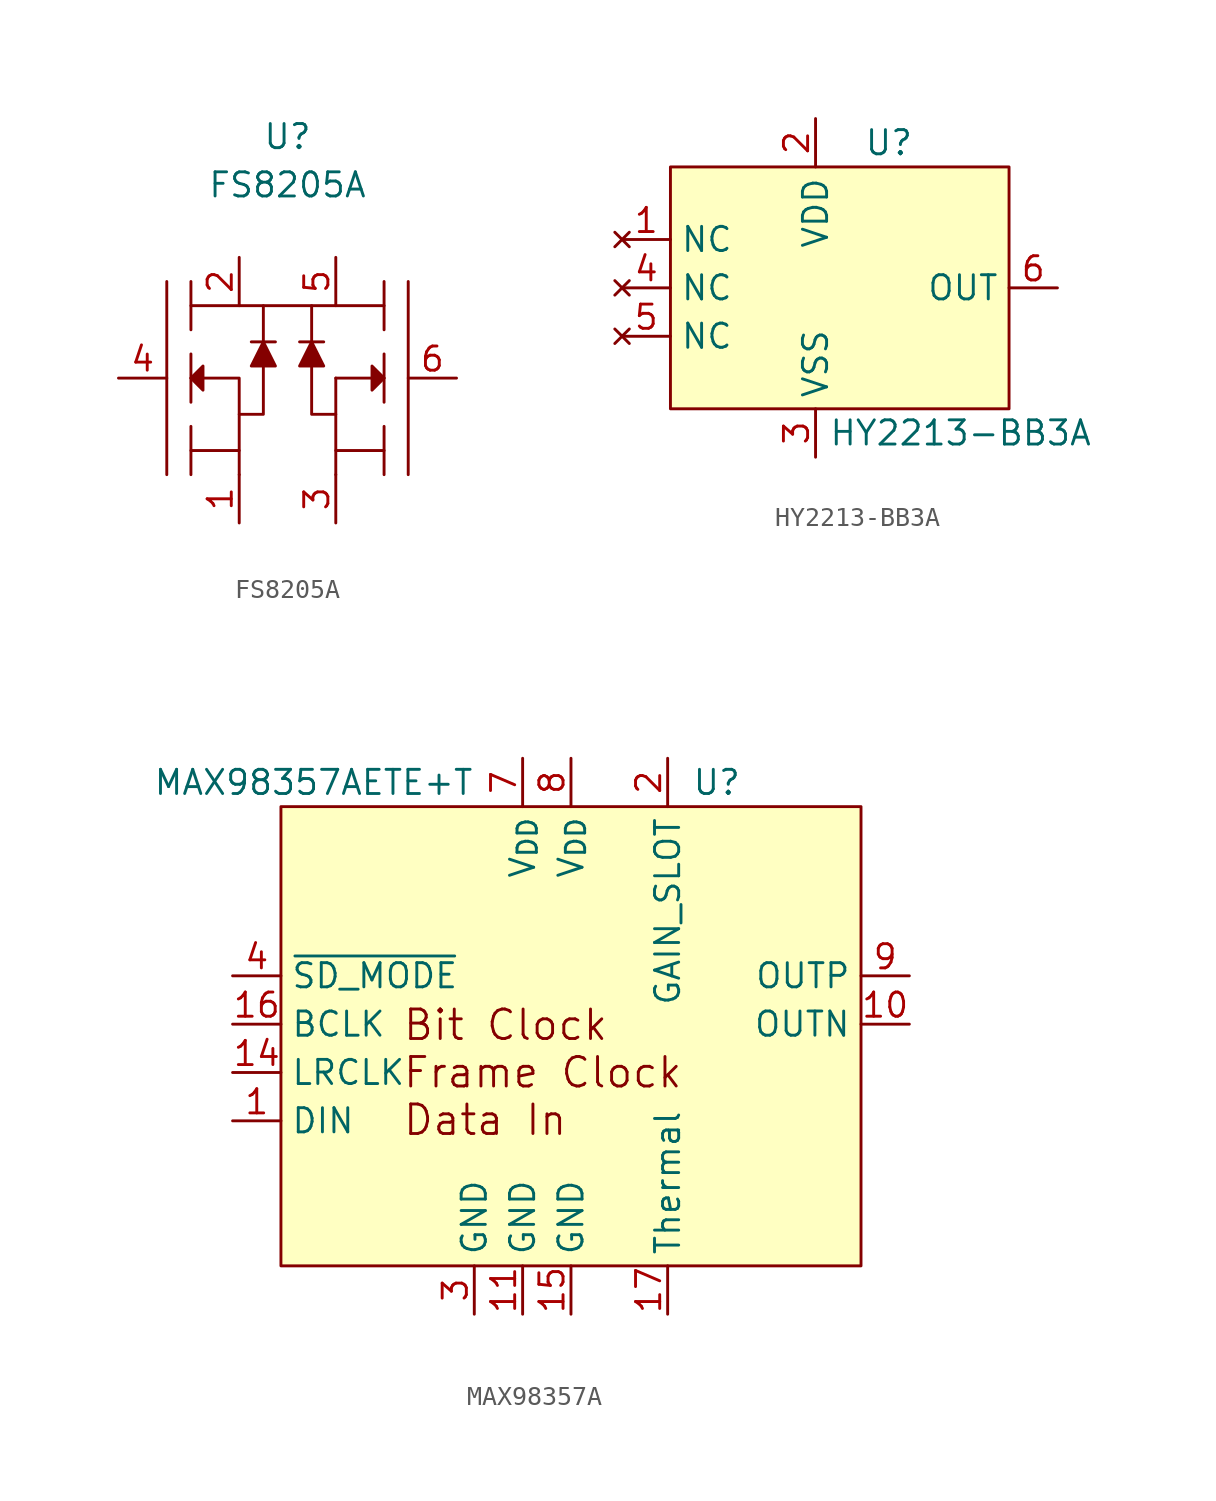
<source format=kicad_sym>
(kicad_symbol_lib
  (version 20231120)
  (generator "kicad_symbol_editor")
  (generator_version "8.0")
  (symbol "FS8205A"
    (pin_names hide)
    (property "Reference" "U"
      (at 0 12.7 0)
      (effects (font (size 1.27 1.27))))
    (property "Value" "FS8205A"
      (at 0 10.16 0)
      (effects (font (size 1.27 1.27))))
    (symbol "FS8205A_0_0"
      (pin unspecified line (at -2.54 -7.62 90) (length 2.54) (name "S1" (effects (font (size 1.27 1.27)))) (number "1" (effects (font (size 1.27 1.27)))))
      (pin unspecified line (at -2.54 6.35 270) (length 2.54) (name "D1/D2" (effects (font (size 1.27 1.27)))) (number "2" (effects (font (size 1.27 1.27)))))
      (pin unspecified line (at 2.54 -7.62 90) (length 2.54) (name "S2" (effects (font (size 1.27 1.27)))) (number "3" (effects (font (size 1.27 1.27)))))
      (pin input line (at -8.89 0 0) (length 2.54) (name "G1" (effects (font (size 1.27 1.27)))) (number "4" (effects (font (size 1.27 1.27)))))
      (pin unspecified line (at 2.54 6.35 270) (length 2.54) (name "D1/D2" (effects (font (size 1.27 1.27)))) (number "5" (effects (font (size 1.27 1.27)))))
      (pin input line (at 8.89 0 180) (length 2.54) (name "G2" (effects (font (size 1.27 1.27)))) (number "6" (effects (font (size 1.27 1.27))))))
    (symbol "FS8205A_0_1"
      (polyline (pts (xy -6.35 5.08) (xy -6.35 -5.08)) (stroke (width 0) (type default)) (fill (type none)))
      (polyline (pts (xy -5.08 -3.81) (xy -2.54 -3.81)) (stroke (width 0) (type default)) (fill (type none)))
      (polyline (pts (xy -5.08 -2.54) (xy -5.08 -5.08)) (stroke (width 0) (type default)) (fill (type none)))
      (polyline (pts (xy -5.08 1.27) (xy -5.08 -1.27)) (stroke (width 0) (type default)) (fill (type none)))
      (polyline (pts (xy -5.08 2.54) (xy -5.08 5.08)) (stroke (width 0) (type default)) (fill (type none)))
      (polyline (pts (xy -5.08 3.81) (xy -2.54 3.81)) (stroke (width 0) (type default)) (fill (type none)))
      (polyline (pts (xy -1.905 1.905) (xy -0.635 1.905)) (stroke (width 0) (type default)) (fill (type none)))
      (polyline (pts (xy 0.635 1.905) (xy 1.905 1.905)) (stroke (width 0) (type default)) (fill (type none)))
      (polyline (pts (xy 2.54 -3.81) (xy 5.08 -3.81)) (stroke (width 0) (type default)) (fill (type none)))
      (polyline (pts (xy 2.54 0) (xy 2.54 -5.08)) (stroke (width 0) (type default)) (fill (type none)))
      (polyline (pts (xy 2.54 3.81) (xy -2.54 3.81)) (stroke (width 0) (type default)) (fill (type none)))
      (polyline (pts (xy 2.54 3.81) (xy 5.08 3.81)) (stroke (width 0) (type default)) (fill (type none)))
      (polyline (pts (xy 5.08 -2.54) (xy 5.08 -5.08)) (stroke (width 0) (type default)) (fill (type none)))
      (polyline (pts (xy 5.08 0) (xy 2.54 0)) (stroke (width 0) (type default)) (fill (type none)))
      (polyline (pts (xy 5.08 1.27) (xy 5.08 -1.27)) (stroke (width 0) (type default)) (fill (type none)))
      (polyline (pts (xy 5.08 2.54) (xy 5.08 5.08)) (stroke (width 0) (type default)) (fill (type none)))
      (polyline (pts (xy 6.35 -5.08) (xy 6.35 5.08)) (stroke (width 0) (type default)) (fill (type none)))
      (polyline (pts (xy -5.08 0) (xy -2.54 0) (xy -2.54 -5.08)) (stroke (width 0) (type default)) (fill (type none)))
      (polyline (pts (xy -2.54 -1.905) (xy -1.27 -1.905) (xy -1.27 3.81)) (stroke (width 0) (type default)) (fill (type none)))
      (polyline (pts (xy 2.54 -1.905) (xy 1.27 -1.905) (xy 1.27 3.81)) (stroke (width 0) (type default)) (fill (type none)))
      (polyline (pts (xy -4.445 0.635) (xy -5.08 0) (xy -4.445 -0.635) (xy -4.445 0.635)) (stroke (width 0) (type default)) (fill (type outline)))
      (polyline (pts (xy -1.905 0.635) (xy -0.635 0.635) (xy -1.27 1.905) (xy -1.905 0.635)) (stroke (width 0) (type default)) (fill (type outline)))
      (polyline (pts (xy 0.635 0.635) (xy 1.905 0.635) (xy 1.27 1.905) (xy 0.635 0.635)) (stroke (width 0) (type default)) (fill (type outline)))
      (polyline (pts (xy 4.445 0.635) (xy 5.08 0) (xy 4.445 -0.635) (xy 4.445 0.635)) (stroke (width 0) (type default)) (fill (type outline)))))
  (symbol "HY2213-BB3A"
    (property "Reference" "U"
      (at 0 1.27 0)
      (effects (font (size 1.27 1.27)) (justify left)))
    (property "Value" "HY2213-BB3A"
      (at 5.08 -13.97 0)
      (effects (font (size 1.27 1.27))))
    (symbol "HY2213-BB3A_0_0"
      (pin no_connect line (at -12.7 -3.81 0) (length 2.54) (name "NC" (effects (font (size 1.27 1.27)))) (number "1" (effects (font (size 1.27 1.27)))))
      (pin power_in line (at -2.54 2.54 270) (length 2.54) (name "VDD" (effects (font (size 1.27 1.27)))) (number "2" (effects (font (size 1.27 1.27)))))
      (pin power_in line (at -2.54 -15.24 90) (length 2.54) (name "VSS" (effects (font (size 1.27 1.27)))) (number "3" (effects (font (size 1.27 1.27)))))
      (pin no_connect line (at -12.7 -6.35 0) (length 2.54) (name "NC" (effects (font (size 1.27 1.27)))) (number "4" (effects (font (size 1.27 1.27)))))
      (pin no_connect line (at -12.7 -8.89 0) (length 2.54) (name "NC" (effects (font (size 1.27 1.27)))) (number "5" (effects (font (size 1.27 1.27)))))
      (pin output line (at 10.16 -6.35 180) (length 2.54) (name "OUT" (effects (font (size 1.27 1.27)))) (number "6" (effects (font (size 1.27 1.27))))))
    (symbol "HY2213-BB3A_1_1"
      (rectangle (start -10.16 0) (end 7.62 -12.7) (stroke (width 0) (type default)) (fill (type background)))))
  (symbol "MAX98357A"
    (property "Reference" "U"
      (at 6.35 10.16 0)
      (effects (font (size 1.27 1.27)) (justify left)))
    (property "Value" "MAX98357AETE+T"
      (at -5.08 10.16 0)
      (effects (font (size 1.27 1.27)) (justify right)))
    (symbol "MAX98357A_0_0"
      (pin unspecified line (at -17.78 -7.62 0) (length 2.54) (name "DIN" (effects (font (size 1.27 1.27)))) (number "1" (effects (font (size 1.27 1.27)))))
      (pin unspecified line (at 17.78 -2.54 180) (length 2.54) (name "OUTN" (effects (font (size 1.27 1.27)))) (number "10" (effects (font (size 1.27 1.27)))))
      (pin unspecified line (at -2.54 -17.78 90) (length 2.54) (name "GND" (effects (font (size 1.27 1.27)))) (number "11" (effects (font (size 1.27 1.27)))))
      (pin unspecified line (at -17.78 -5.08 0) (length 2.54) (name "LRCLK" (effects (font (size 1.27 1.27)))) (number "14" (effects (font (size 1.27 1.27)))))
      (pin unspecified line (at 0 -17.78 90) (length 2.54) (name "GND" (effects (font (size 1.27 1.27)))) (number "15" (effects (font (size 1.27 1.27)))))
      (pin unspecified line (at -17.78 -2.54 0) (length 2.54) (name "BCLK" (effects (font (size 1.27 1.27)))) (number "16" (effects (font (size 1.27 1.27)))))
      (pin unspecified line (at 5.08 -17.78 90) (length 2.54) (name "Thermal" (effects (font (size 1.27 1.27)))) (number "17" (effects (font (size 1.27 1.27)))))
      (pin unspecified line (at 5.08 11.43 270) (length 2.54) (name "GAIN_SLOT" (effects (font (size 1.27 1.27)))) (number "2" (effects (font (size 1.27 1.27)))))
      (pin unspecified line (at -5.08 -17.78 90) (length 2.54) (name "GND" (effects (font (size 1.27 1.27)))) (number "3" (effects (font (size 1.27 1.27)))))
      (pin unspecified line (at -17.78 0 0) (length 2.54) (name "~{SD_MODE}" (effects (font (size 1.27 1.27)))) (number "4" (effects (font (size 1.27 1.27)))))
      (pin unspecified line (at -2.54 11.43 270) (length 2.54) (name "V_{DD}" (effects (font (size 1.27 1.27)))) (number "7" (effects (font (size 1.27 1.27)))))
      (pin unspecified line (at 0 11.43 270) (length 2.54) (name "V_{DD}" (effects (font (size 1.27 1.27)))) (number "8" (effects (font (size 1.27 1.27)))))
      (pin unspecified line (at 17.78 0 180) (length 2.54) (name "OUTP" (effects (font (size 1.27 1.27)))) (number "9" (effects (font (size 1.27 1.27))))))
    (symbol "MAX98357A_1_1"
      (rectangle (start -15.24 8.89) (end 15.24 -15.24) (stroke (width 0) (type default)) (fill (type background)))
      (text "Bit Clock\nFrame Clock\nData In" (at -8.89 -5.08 0) (effects (font (size 1.55 1.55)) (justify left))))))
</source>
